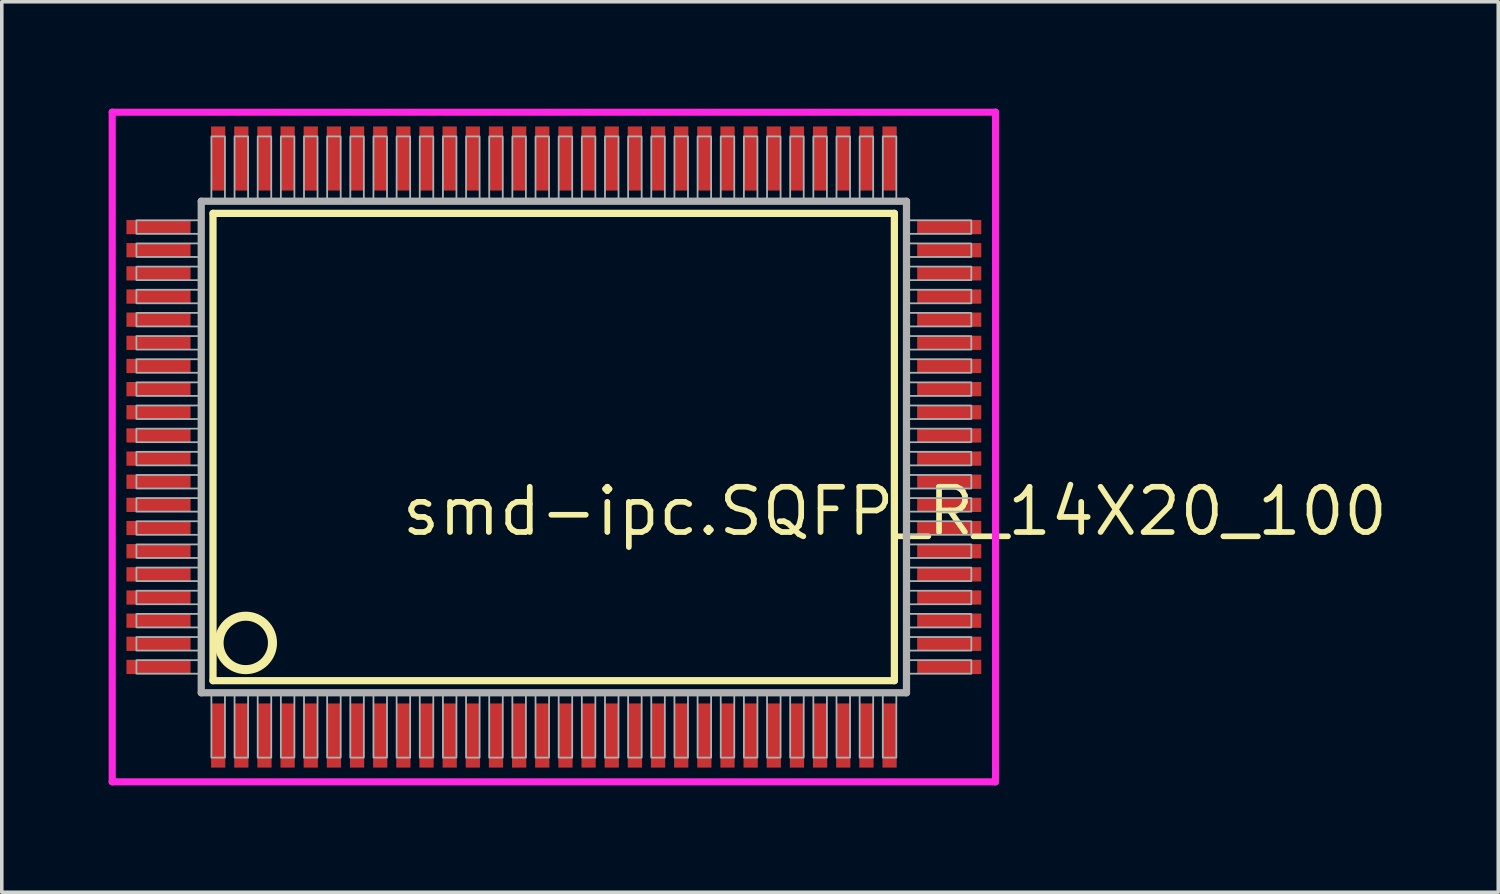
<source format=kicad_pcb>
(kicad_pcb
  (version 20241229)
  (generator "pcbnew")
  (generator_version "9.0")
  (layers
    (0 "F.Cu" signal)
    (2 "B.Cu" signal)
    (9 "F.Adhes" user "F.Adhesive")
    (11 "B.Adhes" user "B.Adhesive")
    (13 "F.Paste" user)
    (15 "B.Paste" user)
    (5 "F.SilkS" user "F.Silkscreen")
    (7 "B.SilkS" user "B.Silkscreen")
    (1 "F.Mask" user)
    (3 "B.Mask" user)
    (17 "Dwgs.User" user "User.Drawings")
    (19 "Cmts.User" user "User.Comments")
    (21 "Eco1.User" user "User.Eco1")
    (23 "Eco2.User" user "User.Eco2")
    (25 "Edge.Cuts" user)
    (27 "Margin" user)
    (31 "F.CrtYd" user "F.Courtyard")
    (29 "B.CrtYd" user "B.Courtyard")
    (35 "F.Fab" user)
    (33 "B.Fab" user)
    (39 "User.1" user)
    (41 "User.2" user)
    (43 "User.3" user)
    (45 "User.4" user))
  (footprint "smd-ipc.SQFP_R_14X20_100"
    (layer "F.Cu")
    (at 12.5 9.5)
    (property "Reference" "smd-ipc.SQFP_R_14X20_100" (at -4.35 2.55 0) (layer "F.SilkS") (effects (font (size 1.27 1.27) (thickness 0.16)) (justify left bottom)))
    (attr smd)
    (fp_line (start -9.57 -6.56) (end 9.56 -6.56) (stroke (width 0.203) (type default)) (layer "F.SilkS"))
    (fp_line (start -9.57 6.56) (end -9.57 -6.56) (stroke (width 0.203) (type default)) (layer "F.SilkS"))
    (fp_line (start 9.56 -6.56) (end 9.56 6.56) (stroke (width 0.203) (type default)) (layer "F.SilkS"))
    (fp_line (start 9.56 6.56) (end -9.57 6.56) (stroke (width 0.203) (type default)) (layer "F.SilkS"))
    (fp_circle (center -8.65 5.5) (end -7.9 5.5) (stroke (width 0.254) (type default)) (fill no) (layer "F.SilkS"))
    (fp_line (start -12.4 -9.4) (end 12.4 -9.4) (stroke (width 0.2) (type default)) (layer "F.CrtYd"))
    (fp_line (start -12.4 9.4) (end -12.4 -9.4) (stroke (width 0.2) (type default)) (layer "F.CrtYd"))
    (fp_line (start 12.4 -9.4) (end 12.4 9.4) (stroke (width 0.2) (type default)) (layer "F.CrtYd"))
    (fp_line (start 12.4 9.4) (end -12.4 9.4) (stroke (width 0.2) (type default)) (layer "F.CrtYd"))
    (fp_line (start -9.9 -6.9) (end -9.9 6.9) (stroke (width 0.203) (type default)) (layer "F.Fab"))
    (fp_line (start -9.9 6.9) (end 9.9 6.9) (stroke (width 0.203) (type default)) (layer "F.Fab"))
    (fp_line (start 9.9 -6.9) (end -9.9 -6.9) (stroke (width 0.203) (type default)) (layer "F.Fab"))
    (fp_line (start 9.9 6.9) (end 9.9 -6.9) (stroke (width 0.203) (type default)) (layer "F.Fab"))
    (fp_rect (start -11.72 -5.985) (end -9.95 -6.365) (stroke (width 0.05) (type default)) (fill no) (layer "F.Fab"))
    (fp_rect (start -11.72 -5.335) (end -9.95 -5.715) (stroke (width 0.05) (type default)) (fill no) (layer "F.Fab"))
    (fp_rect (start -11.72 -4.685) (end -9.95 -5.065) (stroke (width 0.05) (type default)) (fill no) (layer "F.Fab"))
    (fp_rect (start -11.72 -4.035) (end -9.95 -4.415) (stroke (width 0.05) (type default)) (fill no) (layer "F.Fab"))
    (fp_rect (start -11.72 -3.385) (end -9.95 -3.765) (stroke (width 0.05) (type default)) (fill no) (layer "F.Fab"))
    (fp_rect (start -11.72 -2.735) (end -9.95 -3.115) (stroke (width 0.05) (type default)) (fill no) (layer "F.Fab"))
    (fp_rect (start -11.72 -2.085) (end -9.95 -2.465) (stroke (width 0.05) (type default)) (fill no) (layer "F.Fab"))
    (fp_rect (start -11.72 -1.435) (end -9.95 -1.815) (stroke (width 0.05) (type default)) (fill no) (layer "F.Fab"))
    (fp_rect (start -11.72 -0.785) (end -9.95 -1.165) (stroke (width 0.05) (type default)) (fill no) (layer "F.Fab"))
    (fp_rect (start -11.72 -0.135) (end -9.95 -0.515) (stroke (width 0.05) (type default)) (fill no) (layer "F.Fab"))
    (fp_rect (start -11.72 0.515) (end -9.95 0.135) (stroke (width 0.05) (type default)) (fill no) (layer "F.Fab"))
    (fp_rect (start -11.72 1.165) (end -9.95 0.785) (stroke (width 0.05) (type default)) (fill no) (layer "F.Fab"))
    (fp_rect (start -11.72 1.815) (end -9.95 1.435) (stroke (width 0.05) (type default)) (fill no) (layer "F.Fab"))
    (fp_rect (start -11.72 2.465) (end -9.95 2.085) (stroke (width 0.05) (type default)) (fill no) (layer "F.Fab"))
    (fp_rect (start -11.72 3.115) (end -9.95 2.735) (stroke (width 0.05) (type default)) (fill no) (layer "F.Fab"))
    (fp_rect (start -11.72 3.765) (end -9.95 3.385) (stroke (width 0.05) (type default)) (fill no) (layer "F.Fab"))
    (fp_rect (start -11.72 4.415) (end -9.95 4.035) (stroke (width 0.05) (type default)) (fill no) (layer "F.Fab"))
    (fp_rect (start -11.72 5.065) (end -9.95 4.685) (stroke (width 0.05) (type default)) (fill no) (layer "F.Fab"))
    (fp_rect (start -11.72 5.715) (end -9.95 5.335) (stroke (width 0.05) (type default)) (fill no) (layer "F.Fab"))
    (fp_rect (start -11.72 6.365) (end -9.95 5.985) (stroke (width 0.05) (type default)) (fill no) (layer "F.Fab"))
    (fp_rect (start -9.615 -6.95) (end -9.235 -8.72) (stroke (width 0.05) (type default)) (fill no) (layer "F.Fab"))
    (fp_rect (start -9.615 8.72) (end -9.235 6.95) (stroke (width 0.05) (type default)) (fill no) (layer "F.Fab"))
    (fp_rect (start -8.965 -6.95) (end -8.585 -8.72) (stroke (width 0.05) (type default)) (fill no) (layer "F.Fab"))
    (fp_rect (start -8.965 8.72) (end -8.585 6.95) (stroke (width 0.05) (type default)) (fill no) (layer "F.Fab"))
    (fp_rect (start -8.315 -6.95) (end -7.935 -8.72) (stroke (width 0.05) (type default)) (fill no) (layer "F.Fab"))
    (fp_rect (start -8.315 8.72) (end -7.935 6.95) (stroke (width 0.05) (type default)) (fill no) (layer "F.Fab"))
    (fp_rect (start -7.665 -6.95) (end -7.285 -8.72) (stroke (width 0.05) (type default)) (fill no) (layer "F.Fab"))
    (fp_rect (start -7.665 8.72) (end -7.285 6.95) (stroke (width 0.05) (type default)) (fill no) (layer "F.Fab"))
    (fp_rect (start -7.015 -6.95) (end -6.635 -8.72) (stroke (width 0.05) (type default)) (fill no) (layer "F.Fab"))
    (fp_rect (start -7.015 8.72) (end -6.635 6.95) (stroke (width 0.05) (type default)) (fill no) (layer "F.Fab"))
    (fp_rect (start -6.365 -6.95) (end -5.985 -8.72) (stroke (width 0.05) (type default)) (fill no) (layer "F.Fab"))
    (fp_rect (start -6.365 8.72) (end -5.985 6.95) (stroke (width 0.05) (type default)) (fill no) (layer "F.Fab"))
    (fp_rect (start -5.715 -6.95) (end -5.335 -8.72) (stroke (width 0.05) (type default)) (fill no) (layer "F.Fab"))
    (fp_rect (start -5.715 8.72) (end -5.335 6.95) (stroke (width 0.05) (type default)) (fill no) (layer "F.Fab"))
    (fp_rect (start -5.065 -6.95) (end -4.685 -8.72) (stroke (width 0.05) (type default)) (fill no) (layer "F.Fab"))
    (fp_rect (start -5.065 8.72) (end -4.685 6.95) (stroke (width 0.05) (type default)) (fill no) (layer "F.Fab"))
    (fp_rect (start -4.415 -6.95) (end -4.035 -8.72) (stroke (width 0.05) (type default)) (fill no) (layer "F.Fab"))
    (fp_rect (start -4.415 8.72) (end -4.035 6.95) (stroke (width 0.05) (type default)) (fill no) (layer "F.Fab"))
    (fp_rect (start -3.765 -6.95) (end -3.385 -8.72) (stroke (width 0.05) (type default)) (fill no) (layer "F.Fab"))
    (fp_rect (start -3.765 8.72) (end -3.385 6.95) (stroke (width 0.05) (type default)) (fill no) (layer "F.Fab"))
    (fp_rect (start -3.115 -6.95) (end -2.735 -8.72) (stroke (width 0.05) (type default)) (fill no) (layer "F.Fab"))
    (fp_rect (start -3.115 8.72) (end -2.735 6.95) (stroke (width 0.05) (type default)) (fill no) (layer "F.Fab"))
    (fp_rect (start -2.465 -6.95) (end -2.085 -8.72) (stroke (width 0.05) (type default)) (fill no) (layer "F.Fab"))
    (fp_rect (start -2.465 8.72) (end -2.085 6.95) (stroke (width 0.05) (type default)) (fill no) (layer "F.Fab"))
    (fp_rect (start -1.815 -6.95) (end -1.435 -8.72) (stroke (width 0.05) (type default)) (fill no) (layer "F.Fab"))
    (fp_rect (start -1.815 8.72) (end -1.435 6.95) (stroke (width 0.05) (type default)) (fill no) (layer "F.Fab"))
    (fp_rect (start -1.165 -6.95) (end -0.785 -8.72) (stroke (width 0.05) (type default)) (fill no) (layer "F.Fab"))
    (fp_rect (start -1.165 8.72) (end -0.785 6.95) (stroke (width 0.05) (type default)) (fill no) (layer "F.Fab"))
    (fp_rect (start -0.515 -6.95) (end -0.135 -8.72) (stroke (width 0.05) (type default)) (fill no) (layer "F.Fab"))
    (fp_rect (start -0.515 8.72) (end -0.135 6.95) (stroke (width 0.05) (type default)) (fill no) (layer "F.Fab"))
    (fp_rect (start 0.135 -6.95) (end 0.515 -8.72) (stroke (width 0.05) (type default)) (fill no) (layer "F.Fab"))
    (fp_rect (start 0.135 8.72) (end 0.515 6.95) (stroke (width 0.05) (type default)) (fill no) (layer "F.Fab"))
    (fp_rect (start 0.785 -6.95) (end 1.165 -8.72) (stroke (width 0.05) (type default)) (fill no) (layer "F.Fab"))
    (fp_rect (start 0.785 8.72) (end 1.165 6.95) (stroke (width 0.05) (type default)) (fill no) (layer "F.Fab"))
    (fp_rect (start 1.435 -6.95) (end 1.815 -8.72) (stroke (width 0.05) (type default)) (fill no) (layer "F.Fab"))
    (fp_rect (start 1.435 8.72) (end 1.815 6.95) (stroke (width 0.05) (type default)) (fill no) (layer "F.Fab"))
    (fp_rect (start 2.085 -6.95) (end 2.465 -8.72) (stroke (width 0.05) (type default)) (fill no) (layer "F.Fab"))
    (fp_rect (start 2.085 8.72) (end 2.465 6.95) (stroke (width 0.05) (type default)) (fill no) (layer "F.Fab"))
    (fp_rect (start 2.735 -6.95) (end 3.115 -8.72) (stroke (width 0.05) (type default)) (fill no) (layer "F.Fab"))
    (fp_rect (start 2.735 8.72) (end 3.115 6.95) (stroke (width 0.05) (type default)) (fill no) (layer "F.Fab"))
    (fp_rect (start 3.385 -6.95) (end 3.765 -8.72) (stroke (width 0.05) (type default)) (fill no) (layer "F.Fab"))
    (fp_rect (start 3.385 8.72) (end 3.765 6.95) (stroke (width 0.05) (type default)) (fill no) (layer "F.Fab"))
    (fp_rect (start 4.035 -6.95) (end 4.415 -8.72) (stroke (width 0.05) (type default)) (fill no) (layer "F.Fab"))
    (fp_rect (start 4.035 8.72) (end 4.415 6.95) (stroke (width 0.05) (type default)) (fill no) (layer "F.Fab"))
    (fp_rect (start 4.685 -6.95) (end 5.065 -8.72) (stroke (width 0.05) (type default)) (fill no) (layer "F.Fab"))
    (fp_rect (start 4.685 8.72) (end 5.065 6.95) (stroke (width 0.05) (type default)) (fill no) (layer "F.Fab"))
    (fp_rect (start 5.335 -6.95) (end 5.715 -8.72) (stroke (width 0.05) (type default)) (fill no) (layer "F.Fab"))
    (fp_rect (start 5.335 8.72) (end 5.715 6.95) (stroke (width 0.05) (type default)) (fill no) (layer "F.Fab"))
    (fp_rect (start 5.985 -6.95) (end 6.365 -8.72) (stroke (width 0.05) (type default)) (fill no) (layer "F.Fab"))
    (fp_rect (start 5.985 8.72) (end 6.365 6.95) (stroke (width 0.05) (type default)) (fill no) (layer "F.Fab"))
    (fp_rect (start 6.635 -6.95) (end 7.015 -8.72) (stroke (width 0.05) (type default)) (fill no) (layer "F.Fab"))
    (fp_rect (start 6.635 8.72) (end 7.015 6.95) (stroke (width 0.05) (type default)) (fill no) (layer "F.Fab"))
    (fp_rect (start 7.285 -6.95) (end 7.665 -8.72) (stroke (width 0.05) (type default)) (fill no) (layer "F.Fab"))
    (fp_rect (start 7.285 8.72) (end 7.665 6.95) (stroke (width 0.05) (type default)) (fill no) (layer "F.Fab"))
    (fp_rect (start 7.935 -6.95) (end 8.315 -8.72) (stroke (width 0.05) (type default)) (fill no) (layer "F.Fab"))
    (fp_rect (start 7.935 8.72) (end 8.315 6.95) (stroke (width 0.05) (type default)) (fill no) (layer "F.Fab"))
    (fp_rect (start 8.585 -6.95) (end 8.965 -8.72) (stroke (width 0.05) (type default)) (fill no) (layer "F.Fab"))
    (fp_rect (start 8.585 8.72) (end 8.965 6.95) (stroke (width 0.05) (type default)) (fill no) (layer "F.Fab"))
    (fp_rect (start 9.235 -6.95) (end 9.615 -8.72) (stroke (width 0.05) (type default)) (fill no) (layer "F.Fab"))
    (fp_rect (start 9.235 8.72) (end 9.615 6.95) (stroke (width 0.05) (type default)) (fill no) (layer "F.Fab"))
    (fp_rect (start 9.95 -5.985) (end 11.72 -6.365) (stroke (width 0.05) (type default)) (fill no) (layer "F.Fab"))
    (fp_rect (start 9.95 -5.335) (end 11.72 -5.715) (stroke (width 0.05) (type default)) (fill no) (layer "F.Fab"))
    (fp_rect (start 9.95 -4.685) (end 11.72 -5.065) (stroke (width 0.05) (type default)) (fill no) (layer "F.Fab"))
    (fp_rect (start 9.95 -4.035) (end 11.72 -4.415) (stroke (width 0.05) (type default)) (fill no) (layer "F.Fab"))
    (fp_rect (start 9.95 -3.385) (end 11.72 -3.765) (stroke (width 0.05) (type default)) (fill no) (layer "F.Fab"))
    (fp_rect (start 9.95 -2.735) (end 11.72 -3.115) (stroke (width 0.05) (type default)) (fill no) (layer "F.Fab"))
    (fp_rect (start 9.95 -2.085) (end 11.72 -2.465) (stroke (width 0.05) (type default)) (fill no) (layer "F.Fab"))
    (fp_rect (start 9.95 -1.435) (end 11.72 -1.815) (stroke (width 0.05) (type default)) (fill no) (layer "F.Fab"))
    (fp_rect (start 9.95 -0.785) (end 11.72 -1.165) (stroke (width 0.05) (type default)) (fill no) (layer "F.Fab"))
    (fp_rect (start 9.95 -0.135) (end 11.72 -0.515) (stroke (width 0.05) (type default)) (fill no) (layer "F.Fab"))
    (fp_rect (start 9.95 0.515) (end 11.72 0.135) (stroke (width 0.05) (type default)) (fill no) (layer "F.Fab"))
    (fp_rect (start 9.95 1.165) (end 11.72 0.785) (stroke (width 0.05) (type default)) (fill no) (layer "F.Fab"))
    (fp_rect (start 9.95 1.815) (end 11.72 1.435) (stroke (width 0.05) (type default)) (fill no) (layer "F.Fab"))
    (fp_rect (start 9.95 2.465) (end 11.72 2.085) (stroke (width 0.05) (type default)) (fill no) (layer "F.Fab"))
    (fp_rect (start 9.95 3.115) (end 11.72 2.735) (stroke (width 0.05) (type default)) (fill no) (layer "F.Fab"))
    (fp_rect (start 9.95 3.765) (end 11.72 3.385) (stroke (width 0.05) (type default)) (fill no) (layer "F.Fab"))
    (fp_rect (start 9.95 4.415) (end 11.72 4.035) (stroke (width 0.05) (type default)) (fill no) (layer "F.Fab"))
    (fp_rect (start 9.95 5.065) (end 11.72 4.685) (stroke (width 0.05) (type default)) (fill no) (layer "F.Fab"))
    (fp_rect (start 9.95 5.715) (end 11.72 5.335) (stroke (width 0.05) (type default)) (fill no) (layer "F.Fab"))
    (fp_rect (start 9.95 6.365) (end 11.72 5.985) (stroke (width 0.05) (type default)) (fill no) (layer "F.Fab"))
    (pad "1" smd roundrect (at -9.425 8.1) (size 0.4 1.8) (layers "F.Cu" "F.Mask" "F.Paste") (roundrect_rratio 0.01))
    (pad "2" smd roundrect (at -8.775 8.1) (size 0.4 1.8) (layers "F.Cu" "F.Mask" "F.Paste") (roundrect_rratio 0.01))
    (pad "3" smd roundrect (at -8.125 8.1) (size 0.4 1.8) (layers "F.Cu" "F.Mask" "F.Paste") (roundrect_rratio 0.01))
    (pad "4" smd roundrect (at -7.475 8.1) (size 0.4 1.8) (layers "F.Cu" "F.Mask" "F.Paste") (roundrect_rratio 0.01))
    (pad "5" smd roundrect (at -6.825 8.1) (size 0.4 1.8) (layers "F.Cu" "F.Mask" "F.Paste") (roundrect_rratio 0.01))
    (pad "6" smd roundrect (at -6.175 8.1) (size 0.4 1.8) (layers "F.Cu" "F.Mask" "F.Paste") (roundrect_rratio 0.01))
    (pad "7" smd roundrect (at -5.525 8.1) (size 0.4 1.8) (layers "F.Cu" "F.Mask" "F.Paste") (roundrect_rratio 0.01))
    (pad "8" smd roundrect (at -4.875 8.1) (size 0.4 1.8) (layers "F.Cu" "F.Mask" "F.Paste") (roundrect_rratio 0.01))
    (pad "9" smd roundrect (at -4.225 8.1) (size 0.4 1.8) (layers "F.Cu" "F.Mask" "F.Paste") (roundrect_rratio 0.01))
    (pad "10" smd roundrect (at -3.575 8.1) (size 0.4 1.8) (layers "F.Cu" "F.Mask" "F.Paste") (roundrect_rratio 0.01))
    (pad "11" smd roundrect (at -2.925 8.1) (size 0.4 1.8) (layers "F.Cu" "F.Mask" "F.Paste") (roundrect_rratio 0.01))
    (pad "12" smd roundrect (at -2.275 8.1) (size 0.4 1.8) (layers "F.Cu" "F.Mask" "F.Paste") (roundrect_rratio 0.01))
    (pad "13" smd roundrect (at -1.625 8.1) (size 0.4 1.8) (layers "F.Cu" "F.Mask" "F.Paste") (roundrect_rratio 0.01))
    (pad "14" smd roundrect (at -0.975 8.1) (size 0.4 1.8) (layers "F.Cu" "F.Mask" "F.Paste") (roundrect_rratio 0.01))
    (pad "15" smd roundrect (at -0.325 8.1) (size 0.4 1.8) (layers "F.Cu" "F.Mask" "F.Paste") (roundrect_rratio 0.01))
    (pad "16" smd roundrect (at 0.325 8.1) (size 0.4 1.8) (layers "F.Cu" "F.Mask" "F.Paste") (roundrect_rratio 0.01))
    (pad "17" smd roundrect (at 0.975 8.1) (size 0.4 1.8) (layers "F.Cu" "F.Mask" "F.Paste") (roundrect_rratio 0.01))
    (pad "18" smd roundrect (at 1.625 8.1) (size 0.4 1.8) (layers "F.Cu" "F.Mask" "F.Paste") (roundrect_rratio 0.01))
    (pad "19" smd roundrect (at 2.275 8.1) (size 0.4 1.8) (layers "F.Cu" "F.Mask" "F.Paste") (roundrect_rratio 0.01))
    (pad "20" smd roundrect (at 2.925 8.1) (size 0.4 1.8) (layers "F.Cu" "F.Mask" "F.Paste") (roundrect_rratio 0.01))
    (pad "21" smd roundrect (at 3.575 8.1) (size 0.4 1.8) (layers "F.Cu" "F.Mask" "F.Paste") (roundrect_rratio 0.01))
    (pad "22" smd roundrect (at 4.225 8.1) (size 0.4 1.8) (layers "F.Cu" "F.Mask" "F.Paste") (roundrect_rratio 0.01))
    (pad "23" smd roundrect (at 4.875 8.1) (size 0.4 1.8) (layers "F.Cu" "F.Mask" "F.Paste") (roundrect_rratio 0.01))
    (pad "24" smd roundrect (at 5.525 8.1) (size 0.4 1.8) (layers "F.Cu" "F.Mask" "F.Paste") (roundrect_rratio 0.01))
    (pad "25" smd roundrect (at 6.175 8.1) (size 0.4 1.8) (layers "F.Cu" "F.Mask" "F.Paste") (roundrect_rratio 0.01))
    (pad "26" smd roundrect (at 6.825 8.1) (size 0.4 1.8) (layers "F.Cu" "F.Mask" "F.Paste") (roundrect_rratio 0.01))
    (pad "27" smd roundrect (at 7.475 8.1) (size 0.4 1.8) (layers "F.Cu" "F.Mask" "F.Paste") (roundrect_rratio 0.01))
    (pad "28" smd roundrect (at 8.125 8.1) (size 0.4 1.8) (layers "F.Cu" "F.Mask" "F.Paste") (roundrect_rratio 0.01))
    (pad "29" smd roundrect (at 8.775 8.1) (size 0.4 1.8) (layers "F.Cu" "F.Mask" "F.Paste") (roundrect_rratio 0.01))
    (pad "30" smd roundrect (at 9.425 8.1) (size 0.4 1.8) (layers "F.Cu" "F.Mask" "F.Paste") (roundrect_rratio 0.01))
    (pad "31" smd roundrect (at 11.1 6.175) (size 1.8 0.4) (layers "F.Cu" "F.Mask" "F.Paste") (roundrect_rratio 0.01))
    (pad "32" smd roundrect (at 11.1 5.525) (size 1.8 0.4) (layers "F.Cu" "F.Mask" "F.Paste") (roundrect_rratio 0.01))
    (pad "33" smd roundrect (at 11.1 4.875) (size 1.8 0.4) (layers "F.Cu" "F.Mask" "F.Paste") (roundrect_rratio 0.01))
    (pad "34" smd roundrect (at 11.1 4.225) (size 1.8 0.4) (layers "F.Cu" "F.Mask" "F.Paste") (roundrect_rratio 0.01))
    (pad "35" smd roundrect (at 11.1 3.575) (size 1.8 0.4) (layers "F.Cu" "F.Mask" "F.Paste") (roundrect_rratio 0.01))
    (pad "36" smd roundrect (at 11.1 2.925) (size 1.8 0.4) (layers "F.Cu" "F.Mask" "F.Paste") (roundrect_rratio 0.01))
    (pad "37" smd roundrect (at 11.1 2.275) (size 1.8 0.4) (layers "F.Cu" "F.Mask" "F.Paste") (roundrect_rratio 0.01))
    (pad "38" smd roundrect (at 11.1 1.625) (size 1.8 0.4) (layers "F.Cu" "F.Mask" "F.Paste") (roundrect_rratio 0.01))
    (pad "39" smd roundrect (at 11.1 0.975) (size 1.8 0.4) (layers "F.Cu" "F.Mask" "F.Paste") (roundrect_rratio 0.01))
    (pad "40" smd roundrect (at 11.1 0.325) (size 1.8 0.4) (layers "F.Cu" "F.Mask" "F.Paste") (roundrect_rratio 0.01))
    (pad "41" smd roundrect (at 11.1 -0.325) (size 1.8 0.4) (layers "F.Cu" "F.Mask" "F.Paste") (roundrect_rratio 0.01))
    (pad "42" smd roundrect (at 11.1 -0.975) (size 1.8 0.4) (layers "F.Cu" "F.Mask" "F.Paste") (roundrect_rratio 0.01))
    (pad "43" smd roundrect (at 11.1 -1.625) (size 1.8 0.4) (layers "F.Cu" "F.Mask" "F.Paste") (roundrect_rratio 0.01))
    (pad "44" smd roundrect (at 11.1 -2.275) (size 1.8 0.4) (layers "F.Cu" "F.Mask" "F.Paste") (roundrect_rratio 0.01))
    (pad "45" smd roundrect (at 11.1 -2.925) (size 1.8 0.4) (layers "F.Cu" "F.Mask" "F.Paste") (roundrect_rratio 0.01))
    (pad "46" smd roundrect (at 11.1 -3.575) (size 1.8 0.4) (layers "F.Cu" "F.Mask" "F.Paste") (roundrect_rratio 0.01))
    (pad "47" smd roundrect (at 11.1 -4.225) (size 1.8 0.4) (layers "F.Cu" "F.Mask" "F.Paste") (roundrect_rratio 0.01))
    (pad "48" smd roundrect (at 11.1 -4.875) (size 1.8 0.4) (layers "F.Cu" "F.Mask" "F.Paste") (roundrect_rratio 0.01))
    (pad "49" smd roundrect (at 11.1 -5.525) (size 1.8 0.4) (layers "F.Cu" "F.Mask" "F.Paste") (roundrect_rratio 0.01))
    (pad "50" smd roundrect (at 11.1 -6.175) (size 1.8 0.4) (layers "F.Cu" "F.Mask" "F.Paste") (roundrect_rratio 0.01))
    (pad "51" smd roundrect (at 9.425 -8.1) (size 0.4 1.8) (layers "F.Cu" "F.Mask" "F.Paste") (roundrect_rratio 0.01))
    (pad "52" smd roundrect (at 8.775 -8.1) (size 0.4 1.8) (layers "F.Cu" "F.Mask" "F.Paste") (roundrect_rratio 0.01))
    (pad "53" smd roundrect (at 8.125 -8.1) (size 0.4 1.8) (layers "F.Cu" "F.Mask" "F.Paste") (roundrect_rratio 0.01))
    (pad "54" smd roundrect (at 7.475 -8.1) (size 0.4 1.8) (layers "F.Cu" "F.Mask" "F.Paste") (roundrect_rratio 0.01))
    (pad "55" smd roundrect (at 6.825 -8.1) (size 0.4 1.8) (layers "F.Cu" "F.Mask" "F.Paste") (roundrect_rratio 0.01))
    (pad "56" smd roundrect (at 6.175 -8.1) (size 0.4 1.8) (layers "F.Cu" "F.Mask" "F.Paste") (roundrect_rratio 0.01))
    (pad "57" smd roundrect (at 5.525 -8.1) (size 0.4 1.8) (layers "F.Cu" "F.Mask" "F.Paste") (roundrect_rratio 0.01))
    (pad "58" smd roundrect (at 4.875 -8.1) (size 0.4 1.8) (layers "F.Cu" "F.Mask" "F.Paste") (roundrect_rratio 0.01))
    (pad "59" smd roundrect (at 4.225 -8.1) (size 0.4 1.8) (layers "F.Cu" "F.Mask" "F.Paste") (roundrect_rratio 0.01))
    (pad "60" smd roundrect (at 3.575 -8.1) (size 0.4 1.8) (layers "F.Cu" "F.Mask" "F.Paste") (roundrect_rratio 0.01))
    (pad "61" smd roundrect (at 2.925 -8.1) (size 0.4 1.8) (layers "F.Cu" "F.Mask" "F.Paste") (roundrect_rratio 0.01))
    (pad "62" smd roundrect (at 2.275 -8.1) (size 0.4 1.8) (layers "F.Cu" "F.Mask" "F.Paste") (roundrect_rratio 0.01))
    (pad "63" smd roundrect (at 1.625 -8.1) (size 0.4 1.8) (layers "F.Cu" "F.Mask" "F.Paste") (roundrect_rratio 0.01))
    (pad "64" smd roundrect (at 0.975 -8.1) (size 0.4 1.8) (layers "F.Cu" "F.Mask" "F.Paste") (roundrect_rratio 0.01))
    (pad "65" smd roundrect (at 0.325 -8.1) (size 0.4 1.8) (layers "F.Cu" "F.Mask" "F.Paste") (roundrect_rratio 0.01))
    (pad "66" smd roundrect (at -0.325 -8.1) (size 0.4 1.8) (layers "F.Cu" "F.Mask" "F.Paste") (roundrect_rratio 0.01))
    (pad "67" smd roundrect (at -0.975 -8.1) (size 0.4 1.8) (layers "F.Cu" "F.Mask" "F.Paste") (roundrect_rratio 0.01))
    (pad "68" smd roundrect (at -1.625 -8.1) (size 0.4 1.8) (layers "F.Cu" "F.Mask" "F.Paste") (roundrect_rratio 0.01))
    (pad "69" smd roundrect (at -2.275 -8.1) (size 0.4 1.8) (layers "F.Cu" "F.Mask" "F.Paste") (roundrect_rratio 0.01))
    (pad "70" smd roundrect (at -2.925 -8.1) (size 0.4 1.8) (layers "F.Cu" "F.Mask" "F.Paste") (roundrect_rratio 0.01))
    (pad "71" smd roundrect (at -3.575 -8.1) (size 0.4 1.8) (layers "F.Cu" "F.Mask" "F.Paste") (roundrect_rratio 0.01))
    (pad "72" smd roundrect (at -4.225 -8.1) (size 0.4 1.8) (layers "F.Cu" "F.Mask" "F.Paste") (roundrect_rratio 0.01))
    (pad "73" smd roundrect (at -4.875 -8.1) (size 0.4 1.8) (layers "F.Cu" "F.Mask" "F.Paste") (roundrect_rratio 0.01))
    (pad "74" smd roundrect (at -5.525 -8.1) (size 0.4 1.8) (layers "F.Cu" "F.Mask" "F.Paste") (roundrect_rratio 0.01))
    (pad "75" smd roundrect (at -6.175 -8.1) (size 0.4 1.8) (layers "F.Cu" "F.Mask" "F.Paste") (roundrect_rratio 0.01))
    (pad "76" smd roundrect (at -6.825 -8.1) (size 0.4 1.8) (layers "F.Cu" "F.Mask" "F.Paste") (roundrect_rratio 0.01))
    (pad "77" smd roundrect (at -7.475 -8.1) (size 0.4 1.8) (layers "F.Cu" "F.Mask" "F.Paste") (roundrect_rratio 0.01))
    (pad "78" smd roundrect (at -8.125 -8.1) (size 0.4 1.8) (layers "F.Cu" "F.Mask" "F.Paste") (roundrect_rratio 0.01))
    (pad "79" smd roundrect (at -8.775 -8.1) (size 0.4 1.8) (layers "F.Cu" "F.Mask" "F.Paste") (roundrect_rratio 0.01))
    (pad "80" smd roundrect (at -9.425 -8.1) (size 0.4 1.8) (layers "F.Cu" "F.Mask" "F.Paste") (roundrect_rratio 0.01))
    (pad "81" smd roundrect (at -11.1 -6.175) (size 1.8 0.4) (layers "F.Cu" "F.Mask" "F.Paste") (roundrect_rratio 0.01))
    (pad "82" smd roundrect (at -11.1 -5.525) (size 1.8 0.4) (layers "F.Cu" "F.Mask" "F.Paste") (roundrect_rratio 0.01))
    (pad "83" smd roundrect (at -11.1 -4.875) (size 1.8 0.4) (layers "F.Cu" "F.Mask" "F.Paste") (roundrect_rratio 0.01))
    (pad "84" smd roundrect (at -11.1 -4.225) (size 1.8 0.4) (layers "F.Cu" "F.Mask" "F.Paste") (roundrect_rratio 0.01))
    (pad "85" smd roundrect (at -11.1 -3.575) (size 1.8 0.4) (layers "F.Cu" "F.Mask" "F.Paste") (roundrect_rratio 0.01))
    (pad "86" smd roundrect (at -11.1 -2.925) (size 1.8 0.4) (layers "F.Cu" "F.Mask" "F.Paste") (roundrect_rratio 0.01))
    (pad "87" smd roundrect (at -11.1 -2.275) (size 1.8 0.4) (layers "F.Cu" "F.Mask" "F.Paste") (roundrect_rratio 0.01))
    (pad "88" smd roundrect (at -11.1 -1.625) (size 1.8 0.4) (layers "F.Cu" "F.Mask" "F.Paste") (roundrect_rratio 0.01))
    (pad "89" smd roundrect (at -11.1 -0.975) (size 1.8 0.4) (layers "F.Cu" "F.Mask" "F.Paste") (roundrect_rratio 0.01))
    (pad "90" smd roundrect (at -11.1 -0.325) (size 1.8 0.4) (layers "F.Cu" "F.Mask" "F.Paste") (roundrect_rratio 0.01))
    (pad "91" smd roundrect (at -11.1 0.325) (size 1.8 0.4) (layers "F.Cu" "F.Mask" "F.Paste") (roundrect_rratio 0.01))
    (pad "92" smd roundrect (at -11.1 0.975) (size 1.8 0.4) (layers "F.Cu" "F.Mask" "F.Paste") (roundrect_rratio 0.01))
    (pad "93" smd roundrect (at -11.1 1.625) (size 1.8 0.4) (layers "F.Cu" "F.Mask" "F.Paste") (roundrect_rratio 0.01))
    (pad "94" smd roundrect (at -11.1 2.275) (size 1.8 0.4) (layers "F.Cu" "F.Mask" "F.Paste") (roundrect_rratio 0.01))
    (pad "95" smd roundrect (at -11.1 2.925) (size 1.8 0.4) (layers "F.Cu" "F.Mask" "F.Paste") (roundrect_rratio 0.01))
    (pad "96" smd roundrect (at -11.1 3.575) (size 1.8 0.4) (layers "F.Cu" "F.Mask" "F.Paste") (roundrect_rratio 0.01))
    (pad "97" smd roundrect (at -11.1 4.225) (size 1.8 0.4) (layers "F.Cu" "F.Mask" "F.Paste") (roundrect_rratio 0.01))
    (pad "98" smd roundrect (at -11.1 4.875) (size 1.8 0.4) (layers "F.Cu" "F.Mask" "F.Paste") (roundrect_rratio 0.01))
    (pad "99" smd roundrect (at -11.1 5.525) (size 1.8 0.4) (layers "F.Cu" "F.Mask" "F.Paste") (roundrect_rratio 0.01))
    (pad "100" smd roundrect (at -11.1 6.175) (size 1.8 0.4) (layers "F.Cu" "F.Mask" "F.Paste") (roundrect_rratio 0.01)))
  (gr_rect
    (start -3 -3)
    (end 39.014 22)
    (stroke (width 0.1) (type default))
    (fill no)
    (layer "Edge.Cuts")))
</source>
